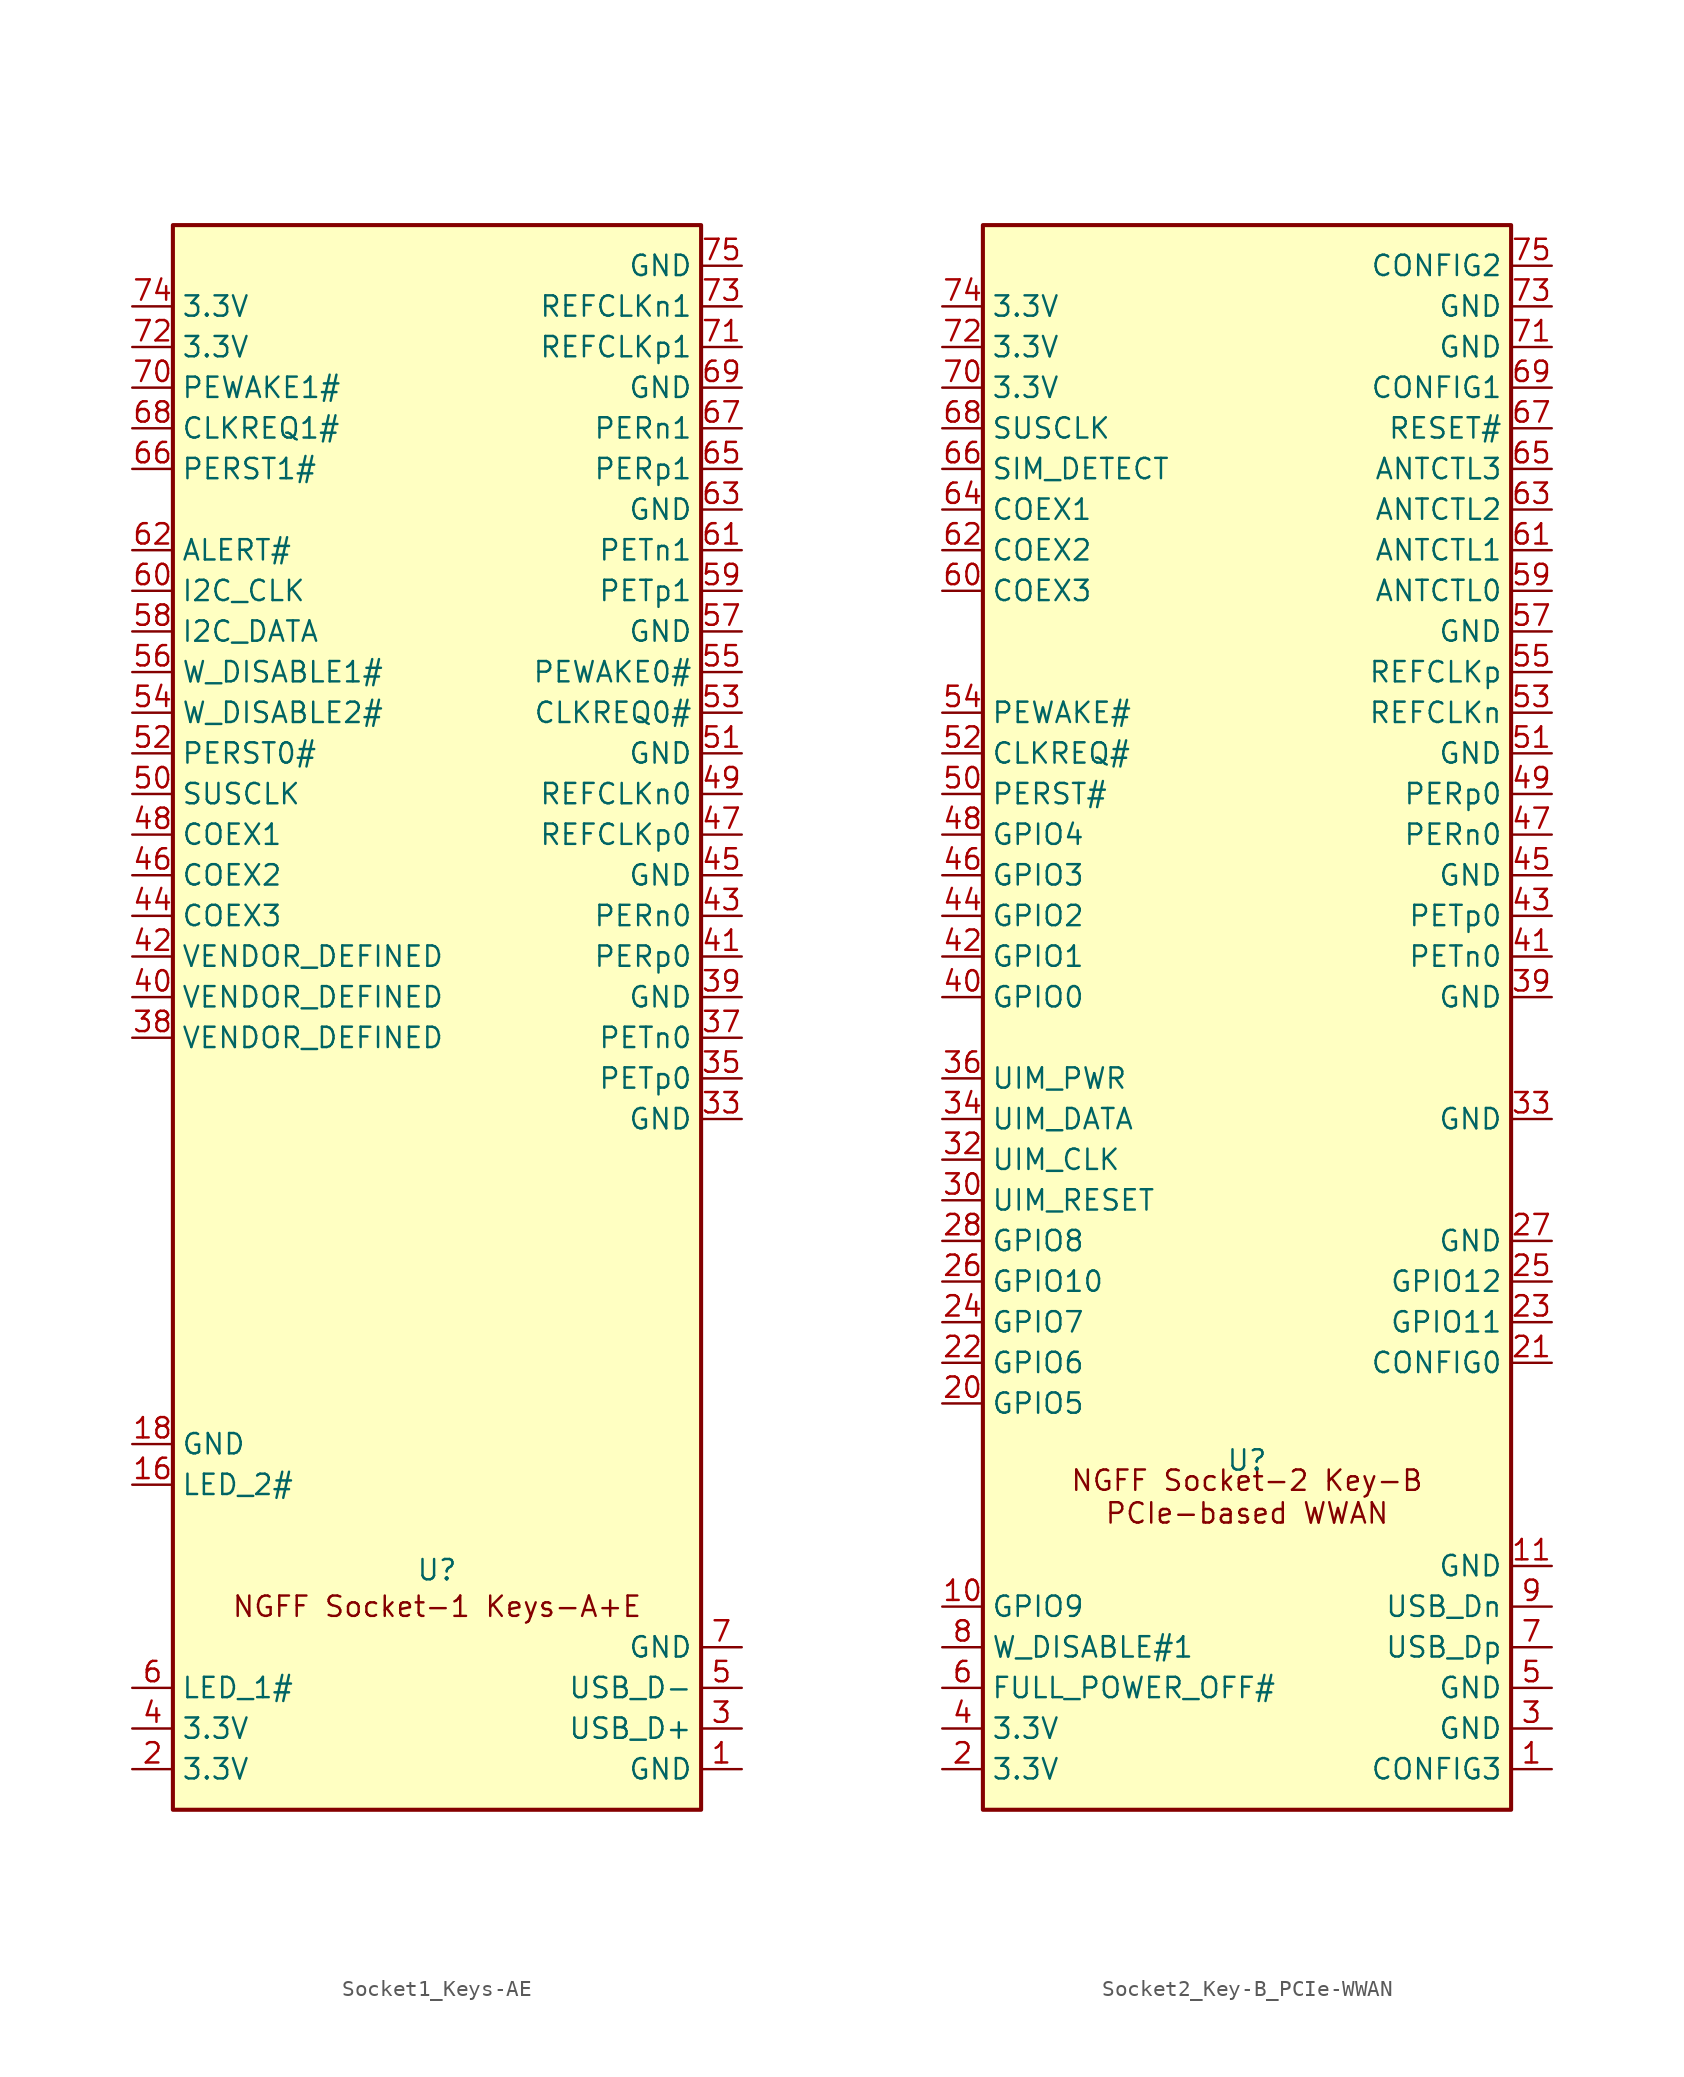
<source format=kicad_sym>
(kicad_symbol_lib
  (version 20241209)
  (generator "kicad_symbol_editor")
  (generator_version "9.0")
  (symbol "Socket1_Keys-AE"
    (property "Reference" "U"
      (at 16.51 14.986 0)
      (effects (font (size 1.27 1.27))))
    (property "Value" ""
      (at 0 0 0)
      (effects (font (size 1.27 1.27))))
    (symbol "Socket1_Keys-AE_0_1"
      (rectangle (start 0 99.06) (end 33.02 0) (stroke (width 0.254) (type default)) (fill (type background))))
    (symbol "Socket1_Keys-AE_1_1"
      (text "NGFF Socket-1 Keys-A+E" (at 16.51 12.7 0) (effects (font (size 1.27 1.27))))
      (pin power_in line (at -2.54 93.98 0) (length 2.54) (name "3.3V" (effects (font (size 1.27 1.27)))) (number "74" (effects (font (size 1.27 1.27)))))
      (pin power_in line (at -2.54 91.44 0) (length 2.54) (name "3.3V" (effects (font (size 1.27 1.27)))) (number "72" (effects (font (size 1.27 1.27)))))
      (pin bidirectional line (at -2.54 88.9 0) (length 2.54) (name "PEWAKE1#" (effects (font (size 1.27 1.27)))) (number "70" (effects (font (size 1.27 1.27)))))
      (pin bidirectional line (at -2.54 86.36 0) (length 2.54) (name "CLKREQ1#" (effects (font (size 1.27 1.27)))) (number "68" (effects (font (size 1.27 1.27)))))
      (pin input line (at -2.54 83.82 0) (length 2.54) (name "PERST1#" (effects (font (size 1.27 1.27)))) (number "66" (effects (font (size 1.27 1.27)))))
      (pin no_connect line (at -2.54 81.28 0) (length 2.54) (hide yes) (name "RESERVED" (effects (font (size 1.27 1.27)))) (number "64" (effects (font (size 1.27 1.27)))))
      (pin output line (at -2.54 78.74 0) (length 2.54) (name "ALERT#" (effects (font (size 1.27 1.27)))) (number "62" (effects (font (size 1.27 1.27)))))
      (pin input line (at -2.54 76.2 0) (length 2.54) (name "I2C_CLK" (effects (font (size 1.27 1.27)))) (number "60" (effects (font (size 1.27 1.27)))))
      (pin bidirectional line (at -2.54 73.66 0) (length 2.54) (name "I2C_DATA" (effects (font (size 1.27 1.27)))) (number "58" (effects (font (size 1.27 1.27)))))
      (pin input line (at -2.54 71.12 0) (length 2.54) (name "W_DISABLE1#" (effects (font (size 1.27 1.27)))) (number "56" (effects (font (size 1.27 1.27)))))
      (pin input line (at -2.54 68.58 0) (length 2.54) (name "W_DISABLE2#" (effects (font (size 1.27 1.27)))) (number "54" (effects (font (size 1.27 1.27)))))
      (pin input line (at -2.54 66.04 0) (length 2.54) (name "PERST0#" (effects (font (size 1.27 1.27)))) (number "52" (effects (font (size 1.27 1.27)))))
      (pin input line (at -2.54 63.5 0) (length 2.54) (name "SUSCLK" (effects (font (size 1.27 1.27)))) (number "50" (effects (font (size 1.27 1.27)))))
      (pin bidirectional line (at -2.54 60.96 0) (length 2.54) (name "COEX1" (effects (font (size 1.27 1.27)))) (number "48" (effects (font (size 1.27 1.27)))))
      (pin bidirectional line (at -2.54 58.42 0) (length 2.54) (name "COEX2" (effects (font (size 1.27 1.27)))) (number "46" (effects (font (size 1.27 1.27)))))
      (pin bidirectional line (at -2.54 55.88 0) (length 2.54) (name "COEX3" (effects (font (size 1.27 1.27)))) (number "44" (effects (font (size 1.27 1.27)))))
      (pin unspecified line (at -2.54 53.34 0) (length 2.54) (name "VENDOR_DEFINED" (effects (font (size 1.27 1.27)))) (number "42" (effects (font (size 1.27 1.27)))))
      (pin unspecified line (at -2.54 50.8 0) (length 2.54) (name "VENDOR_DEFINED" (effects (font (size 1.27 1.27)))) (number "40" (effects (font (size 1.27 1.27)))))
      (pin unspecified line (at -2.54 48.26 0) (length 2.54) (name "VENDOR_DEFINED" (effects (font (size 1.27 1.27)))) (number "38" (effects (font (size 1.27 1.27)))))
      (pin no_connect line (at -2.54 45.72 0) (length 2.54) (hide yes) (name "NC" (effects (font (size 1.27 1.27)))) (number "36" (effects (font (size 1.27 1.27)))))
      (pin no_connect line (at -2.54 43.18 0) (length 2.54) (hide yes) (name "NC" (effects (font (size 1.27 1.27)))) (number "34" (effects (font (size 1.27 1.27)))))
      (pin no_connect line (at -2.54 40.64 0) (length 2.54) (hide yes) (name "NC" (effects (font (size 1.27 1.27)))) (number "32" (effects (font (size 1.27 1.27)))))
      (pin no_connect line (at -2.54 27.94 0) (length 2.54) (hide yes) (name "NC" (effects (font (size 1.27 1.27)))) (number "22" (effects (font (size 1.27 1.27)))))
      (pin no_connect line (at -2.54 25.4 0) (length 2.54) (hide yes) (name "NC" (effects (font (size 1.27 1.27)))) (number "20" (effects (font (size 1.27 1.27)))))
      (pin power_in line (at -2.54 22.86 0) (length 2.54) (name "GND" (effects (font (size 1.27 1.27)))) (number "18" (effects (font (size 1.27 1.27)))))
      (pin output line (at -2.54 20.32 0) (length 2.54) (name "LED_2#" (effects (font (size 1.27 1.27)))) (number "16" (effects (font (size 1.27 1.27)))))
      (pin output line (at -2.54 7.62 0) (length 2.54) (name "LED_1#" (effects (font (size 1.27 1.27)))) (number "6" (effects (font (size 1.27 1.27)))))
      (pin power_in line (at -2.54 5.08 0) (length 2.54) (name "3.3V" (effects (font (size 1.27 1.27)))) (number "4" (effects (font (size 1.27 1.27)))))
      (pin power_in line (at -2.54 2.54 0) (length 2.54) (name "3.3V" (effects (font (size 1.27 1.27)))) (number "2" (effects (font (size 1.27 1.27)))))
      (pin power_in line (at 35.56 96.52 180) (length 2.54) (name "GND" (effects (font (size 1.27 1.27)))) (number "75" (effects (font (size 1.27 1.27)))))
      (pin bidirectional line (at 35.56 93.98 180) (length 2.54) (name "REFCLKn1" (effects (font (size 1.27 1.27)))) (number "73" (effects (font (size 1.27 1.27)))))
      (pin bidirectional line (at 35.56 91.44 180) (length 2.54) (name "REFCLKp1" (effects (font (size 1.27 1.27)))) (number "71" (effects (font (size 1.27 1.27)))))
      (pin power_in line (at 35.56 88.9 180) (length 2.54) (name "GND" (effects (font (size 1.27 1.27)))) (number "69" (effects (font (size 1.27 1.27)))))
      (pin bidirectional line (at 35.56 86.36 180) (length 2.54) (name "PERn1" (effects (font (size 1.27 1.27)))) (number "67" (effects (font (size 1.27 1.27)))))
      (pin bidirectional line (at 35.56 83.82 180) (length 2.54) (name "PERp1" (effects (font (size 1.27 1.27)))) (number "65" (effects (font (size 1.27 1.27)))))
      (pin power_in line (at 35.56 81.28 180) (length 2.54) (name "GND" (effects (font (size 1.27 1.27)))) (number "63" (effects (font (size 1.27 1.27)))))
      (pin bidirectional line (at 35.56 78.74 180) (length 2.54) (name "PETn1" (effects (font (size 1.27 1.27)))) (number "61" (effects (font (size 1.27 1.27)))))
      (pin bidirectional line (at 35.56 76.2 180) (length 2.54) (name "PETp1" (effects (font (size 1.27 1.27)))) (number "59" (effects (font (size 1.27 1.27)))))
      (pin power_in line (at 35.56 73.66 180) (length 2.54) (name "GND" (effects (font (size 1.27 1.27)))) (number "57" (effects (font (size 1.27 1.27)))))
      (pin bidirectional line (at 35.56 71.12 180) (length 2.54) (name "PEWAKE0#" (effects (font (size 1.27 1.27)))) (number "55" (effects (font (size 1.27 1.27)))))
      (pin bidirectional line (at 35.56 68.58 180) (length 2.54) (name "CLKREQ0#" (effects (font (size 1.27 1.27)))) (number "53" (effects (font (size 1.27 1.27)))))
      (pin power_in line (at 35.56 66.04 180) (length 2.54) (name "GND" (effects (font (size 1.27 1.27)))) (number "51" (effects (font (size 1.27 1.27)))))
      (pin bidirectional line (at 35.56 63.5 180) (length 2.54) (name "REFCLKn0" (effects (font (size 1.27 1.27)))) (number "49" (effects (font (size 1.27 1.27)))))
      (pin bidirectional line (at 35.56 60.96 180) (length 2.54) (name "REFCLKp0" (effects (font (size 1.27 1.27)))) (number "47" (effects (font (size 1.27 1.27)))))
      (pin power_in line (at 35.56 58.42 180) (length 2.54) (name "GND" (effects (font (size 1.27 1.27)))) (number "45" (effects (font (size 1.27 1.27)))))
      (pin bidirectional line (at 35.56 55.88 180) (length 2.54) (name "PERn0" (effects (font (size 1.27 1.27)))) (number "43" (effects (font (size 1.27 1.27)))))
      (pin bidirectional line (at 35.56 53.34 180) (length 2.54) (name "PERp0" (effects (font (size 1.27 1.27)))) (number "41" (effects (font (size 1.27 1.27)))))
      (pin power_in line (at 35.56 50.8 180) (length 2.54) (name "GND" (effects (font (size 1.27 1.27)))) (number "39" (effects (font (size 1.27 1.27)))))
      (pin bidirectional line (at 35.56 48.26 180) (length 2.54) (name "PETn0" (effects (font (size 1.27 1.27)))) (number "37" (effects (font (size 1.27 1.27)))))
      (pin bidirectional line (at 35.56 45.72 180) (length 2.54) (name "PETp0" (effects (font (size 1.27 1.27)))) (number "35" (effects (font (size 1.27 1.27)))))
      (pin power_in line (at 35.56 43.18 180) (length 2.54) (name "GND" (effects (font (size 1.27 1.27)))) (number "33" (effects (font (size 1.27 1.27)))))
      (pin no_connect line (at 35.56 30.48 180) (length 2.54) (hide yes) (name "NC" (effects (font (size 1.27 1.27)))) (number "23" (effects (font (size 1.27 1.27)))))
      (pin no_connect line (at 35.56 27.94 180) (length 2.54) (hide yes) (name "NC" (effects (font (size 1.27 1.27)))) (number "21" (effects (font (size 1.27 1.27)))))
      (pin no_connect line (at 35.56 25.4 180) (length 2.54) (hide yes) (name "NC" (effects (font (size 1.27 1.27)))) (number "19" (effects (font (size 1.27 1.27)))))
      (pin no_connect line (at 35.56 22.86 180) (length 2.54) (hide yes) (name "NC" (effects (font (size 1.27 1.27)))) (number "17" (effects (font (size 1.27 1.27)))))
      (pin power_in line (at 35.56 10.16 180) (length 2.54) (name "GND" (effects (font (size 1.27 1.27)))) (number "7" (effects (font (size 1.27 1.27)))))
      (pin bidirectional line (at 35.56 7.62 180) (length 2.54) (name "USB_D-" (effects (font (size 1.27 1.27)))) (number "5" (effects (font (size 1.27 1.27)))))
      (pin bidirectional line (at 35.56 5.08 180) (length 2.54) (name "USB_D+" (effects (font (size 1.27 1.27)))) (number "3" (effects (font (size 1.27 1.27)))))
      (pin power_in line (at 35.56 2.54 180) (length 2.54) (name "GND" (effects (font (size 1.27 1.27)))) (number "1" (effects (font (size 1.27 1.27)))))))
  (symbol "Socket2_Key-B_PCIe-WWAN"
    (property "Reference" "U"
      (at 16.51 21.844 0)
      (effects (font (size 1.27 1.27))))
    (property "Value" ""
      (at 0 0 0)
      (effects (font (size 1.27 1.27))))
    (symbol "Socket2_Key-B_PCIe-WWAN_0_1"
      (rectangle (start 0 99.06) (end 33.02 0) (stroke (width 0.254) (type default)) (fill (type background))))
    (symbol "Socket2_Key-B_PCIe-WWAN_1_1"
      (text "NGFF Socket-2 Key-B\nPCIe-based WWAN" (at 16.51 19.558 0) (effects (font (size 1.27 1.27))))
      (pin power_in line (at -2.54 93.98 0) (length 2.54) (name "3.3V" (effects (font (size 1.27 1.27)))) (number "74" (effects (font (size 1.27 1.27)))))
      (pin power_in line (at -2.54 91.44 0) (length 2.54) (name "3.3V" (effects (font (size 1.27 1.27)))) (number "72" (effects (font (size 1.27 1.27)))))
      (pin power_in line (at -2.54 88.9 0) (length 2.54) (name "3.3V" (effects (font (size 1.27 1.27)))) (number "70" (effects (font (size 1.27 1.27)))))
      (pin input line (at -2.54 86.36 0) (length 2.54) (name "SUSCLK" (effects (font (size 1.27 1.27)))) (number "68" (effects (font (size 1.27 1.27)))))
      (pin input line (at -2.54 83.82 0) (length 2.54) (name "SIM_DETECT" (effects (font (size 1.27 1.27)))) (number "66" (effects (font (size 1.27 1.27)))))
      (pin bidirectional line (at -2.54 81.28 0) (length 2.54) (name "COEX1" (effects (font (size 1.27 1.27)))) (number "64" (effects (font (size 1.27 1.27)))))
      (pin bidirectional line (at -2.54 78.74 0) (length 2.54) (name "COEX2" (effects (font (size 1.27 1.27)))) (number "62" (effects (font (size 1.27 1.27)))))
      (pin bidirectional line (at -2.54 76.2 0) (length 2.54) (name "COEX3" (effects (font (size 1.27 1.27)))) (number "60" (effects (font (size 1.27 1.27)))))
      (pin no_connect line (at -2.54 73.66 0) (length 2.54) (hide yes) (name "NC" (effects (font (size 1.27 1.27)))) (number "58" (effects (font (size 1.27 1.27)))))
      (pin no_connect line (at -2.54 71.12 0) (length 2.54) (hide yes) (name "NC" (effects (font (size 1.27 1.27)))) (number "56" (effects (font (size 1.27 1.27)))))
      (pin bidirectional line (at -2.54 68.58 0) (length 2.54) (name "PEWAKE#" (effects (font (size 1.27 1.27)))) (number "54" (effects (font (size 1.27 1.27)))))
      (pin bidirectional line (at -2.54 66.04 0) (length 2.54) (name "CLKREQ#" (effects (font (size 1.27 1.27)))) (number "52" (effects (font (size 1.27 1.27)))))
      (pin input line (at -2.54 63.5 0) (length 2.54) (name "PERST#" (effects (font (size 1.27 1.27)))) (number "50" (effects (font (size 1.27 1.27)))))
      (pin bidirectional line (at -2.54 60.96 0) (length 2.54) (name "GPIO4" (effects (font (size 1.27 1.27)))) (number "48" (effects (font (size 1.27 1.27)))))
      (pin bidirectional line (at -2.54 58.42 0) (length 2.54) (name "GPIO3" (effects (font (size 1.27 1.27)))) (number "46" (effects (font (size 1.27 1.27)))))
      (pin bidirectional line (at -2.54 55.88 0) (length 2.54) (name "GPIO2" (effects (font (size 1.27 1.27)))) (number "44" (effects (font (size 1.27 1.27)))))
      (pin bidirectional line (at -2.54 53.34 0) (length 2.54) (name "GPIO1" (effects (font (size 1.27 1.27)))) (number "42" (effects (font (size 1.27 1.27)))))
      (pin bidirectional line (at -2.54 50.8 0) (length 2.54) (name "GPIO0" (effects (font (size 1.27 1.27)))) (number "40" (effects (font (size 1.27 1.27)))))
      (pin no_connect line (at -2.54 48.26 0) (length 2.54) (hide yes) (name "NC" (effects (font (size 1.27 1.27)))) (number "38" (effects (font (size 1.27 1.27)))))
      (pin output line (at -2.54 45.72 0) (length 2.54) (name "UIM_PWR" (effects (font (size 1.27 1.27)))) (number "36" (effects (font (size 1.27 1.27)))))
      (pin bidirectional line (at -2.54 43.18 0) (length 2.54) (name "UIM_DATA" (effects (font (size 1.27 1.27)))) (number "34" (effects (font (size 1.27 1.27)))))
      (pin output line (at -2.54 40.64 0) (length 2.54) (name "UIM_CLK" (effects (font (size 1.27 1.27)))) (number "32" (effects (font (size 1.27 1.27)))))
      (pin output line (at -2.54 38.1 0) (length 2.54) (name "UIM_RESET" (effects (font (size 1.27 1.27)))) (number "30" (effects (font (size 1.27 1.27)))))
      (pin bidirectional line (at -2.54 35.56 0) (length 2.54) (name "GPIO8" (effects (font (size 1.27 1.27)))) (number "28" (effects (font (size 1.27 1.27)))))
      (pin bidirectional line (at -2.54 33.02 0) (length 2.54) (name "GPIO10" (effects (font (size 1.27 1.27)))) (number "26" (effects (font (size 1.27 1.27)))))
      (pin bidirectional line (at -2.54 30.48 0) (length 2.54) (name "GPIO7" (effects (font (size 1.27 1.27)))) (number "24" (effects (font (size 1.27 1.27)))))
      (pin bidirectional line (at -2.54 27.94 0) (length 2.54) (name "GPIO6" (effects (font (size 1.27 1.27)))) (number "22" (effects (font (size 1.27 1.27)))))
      (pin bidirectional line (at -2.54 25.4 0) (length 2.54) (name "GPIO5" (effects (font (size 1.27 1.27)))) (number "20" (effects (font (size 1.27 1.27)))))
      (pin bidirectional line (at -2.54 12.7 0) (length 2.54) (name "GPIO9" (effects (font (size 1.27 1.27)))) (number "10" (effects (font (size 1.27 1.27)))))
      (pin input line (at -2.54 10.16 0) (length 2.54) (name "W_DISABLE#1" (effects (font (size 1.27 1.27)))) (number "8" (effects (font (size 1.27 1.27)))))
      (pin input line (at -2.54 7.62 0) (length 2.54) (name "FULL_POWER_OFF#" (effects (font (size 1.27 1.27)))) (number "6" (effects (font (size 1.27 1.27)))))
      (pin power_in line (at -2.54 5.08 0) (length 2.54) (name "3.3V" (effects (font (size 1.27 1.27)))) (number "4" (effects (font (size 1.27 1.27)))))
      (pin power_in line (at -2.54 2.54 0) (length 2.54) (name "3.3V" (effects (font (size 1.27 1.27)))) (number "2" (effects (font (size 1.27 1.27)))))
      (pin output line (at 35.56 96.52 180) (length 2.54) (name "CONFIG2" (effects (font (size 1.27 1.27)))) (number "75" (effects (font (size 1.27 1.27)))))
      (pin power_in line (at 35.56 93.98 180) (length 2.54) (name "GND" (effects (font (size 1.27 1.27)))) (number "73" (effects (font (size 1.27 1.27)))))
      (pin power_in line (at 35.56 91.44 180) (length 2.54) (name "GND" (effects (font (size 1.27 1.27)))) (number "71" (effects (font (size 1.27 1.27)))))
      (pin output line (at 35.56 88.9 180) (length 2.54) (name "CONFIG1" (effects (font (size 1.27 1.27)))) (number "69" (effects (font (size 1.27 1.27)))))
      (pin input line (at 35.56 86.36 180) (length 2.54) (name "RESET#" (effects (font (size 1.27 1.27)))) (number "67" (effects (font (size 1.27 1.27)))))
      (pin output line (at 35.56 83.82 180) (length 2.54) (name "ANTCTL3" (effects (font (size 1.27 1.27)))) (number "65" (effects (font (size 1.27 1.27)))))
      (pin output line (at 35.56 81.28 180) (length 2.54) (name "ANTCTL2" (effects (font (size 1.27 1.27)))) (number "63" (effects (font (size 1.27 1.27)))))
      (pin output line (at 35.56 78.74 180) (length 2.54) (name "ANTCTL1" (effects (font (size 1.27 1.27)))) (number "61" (effects (font (size 1.27 1.27)))))
      (pin output line (at 35.56 76.2 180) (length 2.54) (name "ANTCTL0" (effects (font (size 1.27 1.27)))) (number "59" (effects (font (size 1.27 1.27)))))
      (pin power_in line (at 35.56 73.66 180) (length 2.54) (name "GND" (effects (font (size 1.27 1.27)))) (number "57" (effects (font (size 1.27 1.27)))))
      (pin input line (at 35.56 71.12 180) (length 2.54) (name "REFCLKp" (effects (font (size 1.27 1.27)))) (number "55" (effects (font (size 1.27 1.27)))))
      (pin input line (at 35.56 68.58 180) (length 2.54) (name "REFCLKn" (effects (font (size 1.27 1.27)))) (number "53" (effects (font (size 1.27 1.27)))))
      (pin power_in line (at 35.56 66.04 180) (length 2.54) (name "GND" (effects (font (size 1.27 1.27)))) (number "51" (effects (font (size 1.27 1.27)))))
      (pin bidirectional line (at 35.56 63.5 180) (length 2.54) (name "PERp0" (effects (font (size 1.27 1.27)))) (number "49" (effects (font (size 1.27 1.27)))))
      (pin bidirectional line (at 35.56 60.96 180) (length 2.54) (name "PERn0" (effects (font (size 1.27 1.27)))) (number "47" (effects (font (size 1.27 1.27)))))
      (pin power_in line (at 35.56 58.42 180) (length 2.54) (name "GND" (effects (font (size 1.27 1.27)))) (number "45" (effects (font (size 1.27 1.27)))))
      (pin bidirectional line (at 35.56 55.88 180) (length 2.54) (name "PETp0" (effects (font (size 1.27 1.27)))) (number "43" (effects (font (size 1.27 1.27)))))
      (pin bidirectional line (at 35.56 53.34 180) (length 2.54) (name "PETn0" (effects (font (size 1.27 1.27)))) (number "41" (effects (font (size 1.27 1.27)))))
      (pin power_in line (at 35.56 50.8 180) (length 2.54) (name "GND" (effects (font (size 1.27 1.27)))) (number "39" (effects (font (size 1.27 1.27)))))
      (pin no_connect line (at 35.56 48.26 180) (length 2.54) (hide yes) (name "NC" (effects (font (size 1.27 1.27)))) (number "37" (effects (font (size 1.27 1.27)))))
      (pin no_connect line (at 35.56 45.72 180) (length 2.54) (hide yes) (name "NC" (effects (font (size 1.27 1.27)))) (number "35" (effects (font (size 1.27 1.27)))))
      (pin power_in line (at 35.56 43.18 180) (length 2.54) (name "GND" (effects (font (size 1.27 1.27)))) (number "33" (effects (font (size 1.27 1.27)))))
      (pin no_connect line (at 35.56 40.64 180) (length 2.54) (hide yes) (name "NC" (effects (font (size 1.27 1.27)))) (number "31" (effects (font (size 1.27 1.27)))))
      (pin no_connect line (at 35.56 38.1 180) (length 2.54) (hide yes) (name "NC" (effects (font (size 1.27 1.27)))) (number "29" (effects (font (size 1.27 1.27)))))
      (pin power_in line (at 35.56 35.56 180) (length 2.54) (name "GND" (effects (font (size 1.27 1.27)))) (number "27" (effects (font (size 1.27 1.27)))))
      (pin bidirectional line (at 35.56 33.02 180) (length 2.54) (name "GPIO12" (effects (font (size 1.27 1.27)))) (number "25" (effects (font (size 1.27 1.27)))))
      (pin bidirectional line (at 35.56 30.48 180) (length 2.54) (name "GPIO11" (effects (font (size 1.27 1.27)))) (number "23" (effects (font (size 1.27 1.27)))))
      (pin output line (at 35.56 27.94 180) (length 2.54) (name "CONFIG0" (effects (font (size 1.27 1.27)))) (number "21" (effects (font (size 1.27 1.27)))))
      (pin power_in line (at 35.56 15.24 180) (length 2.54) (name "GND" (effects (font (size 1.27 1.27)))) (number "11" (effects (font (size 1.27 1.27)))))
      (pin bidirectional line (at 35.56 12.7 180) (length 2.54) (name "USB_Dn" (effects (font (size 1.27 1.27)))) (number "9" (effects (font (size 1.27 1.27)))))
      (pin bidirectional line (at 35.56 10.16 180) (length 2.54) (name "USB_Dp" (effects (font (size 1.27 1.27)))) (number "7" (effects (font (size 1.27 1.27)))))
      (pin power_in line (at 35.56 7.62 180) (length 2.54) (name "GND" (effects (font (size 1.27 1.27)))) (number "5" (effects (font (size 1.27 1.27)))))
      (pin power_in line (at 35.56 5.08 180) (length 2.54) (name "GND" (effects (font (size 1.27 1.27)))) (number "3" (effects (font (size 1.27 1.27)))))
      (pin output line (at 35.56 2.54 180) (length 2.54) (name "CONFIG3" (effects (font (size 1.27 1.27)))) (number "1" (effects (font (size 1.27 1.27))))))))
</source>
